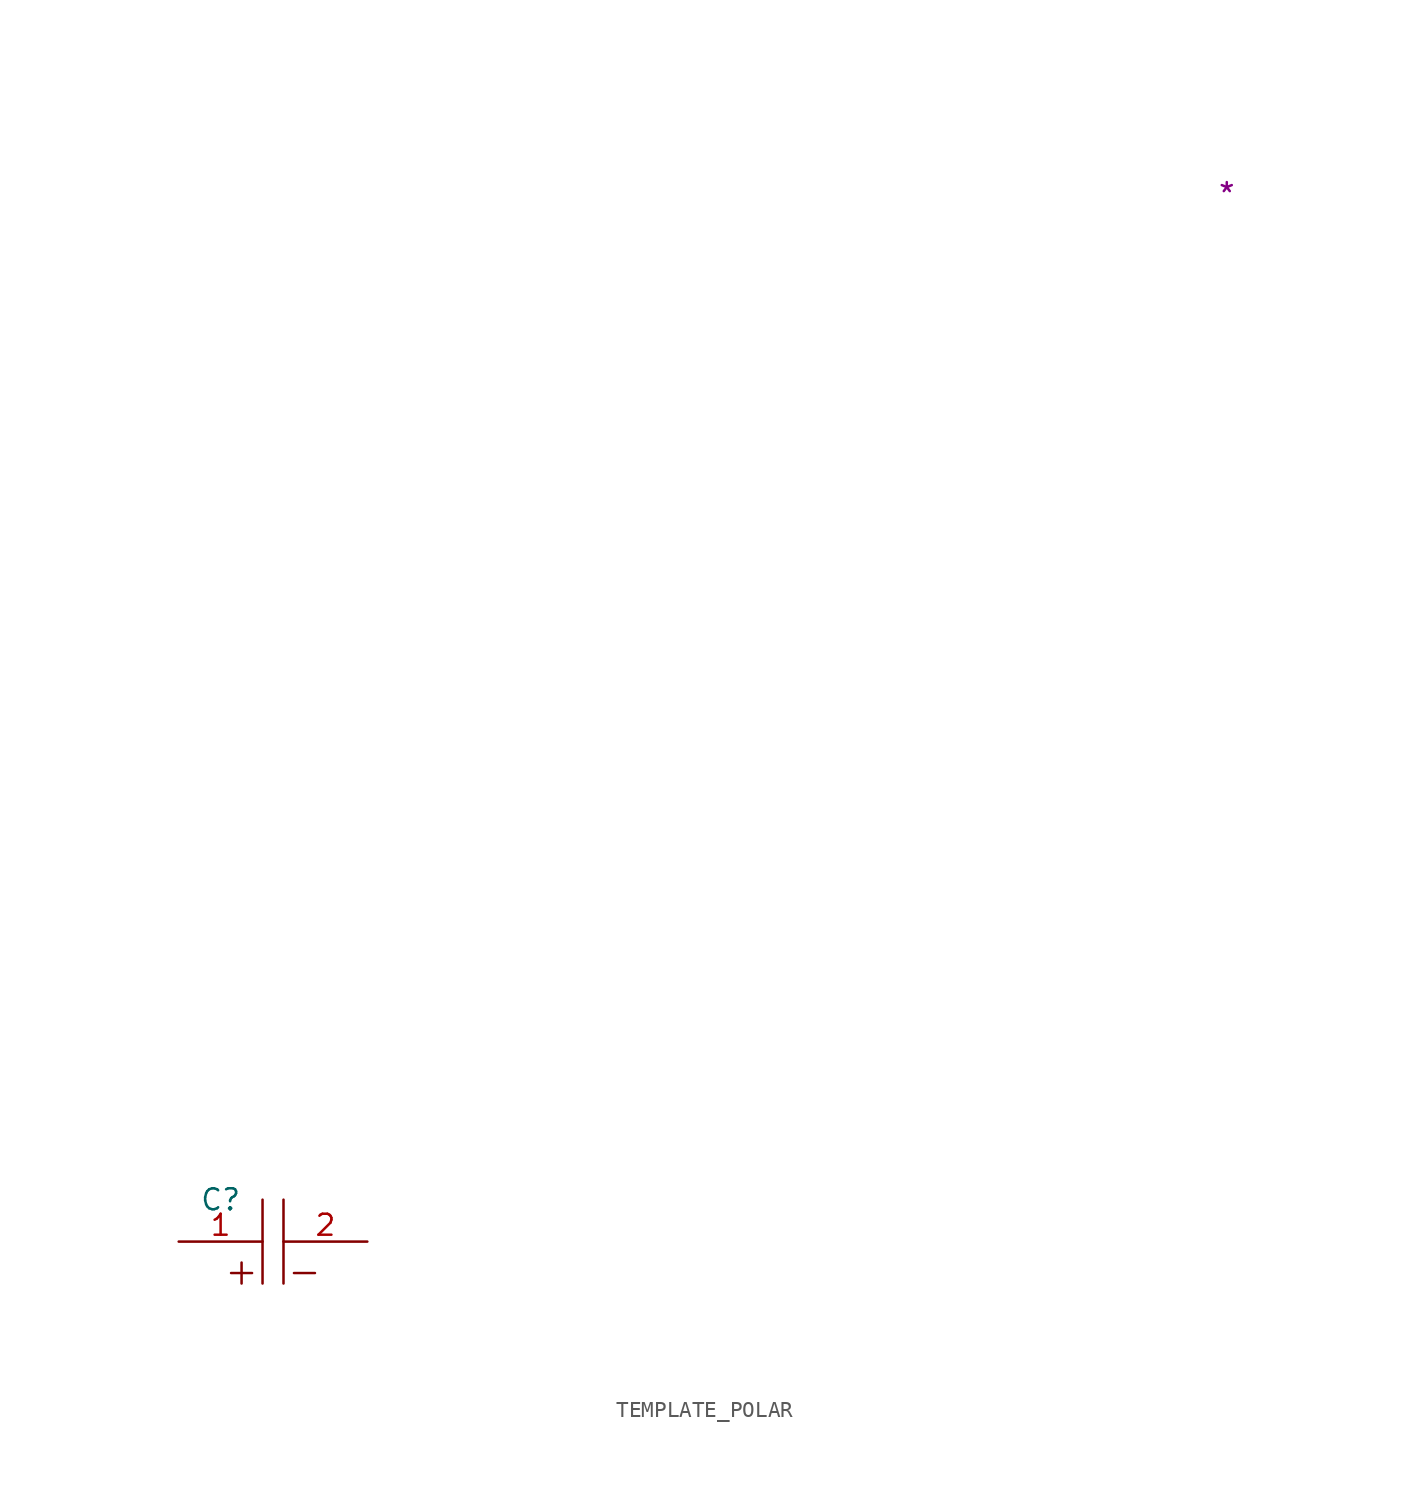
<source format=kicad_sym>
(kicad_symbol_lib
  (version 20241209)
  (generator "kicad_symbol_editor")
  (generator_version "9.0")
  (symbol "TEMPLATE_POLAR"
    (pin_names
      (offset 1.016))
    (property "Reference" "C"
      (at -2.54 2.54 0)
      (effects (font (size 1.27 1.27))))
    (property "_Value_" "*"
      (at 58.42 63.5 0)
      (effects (font (size 1.27 1.27))))
    (symbol "TEMPLATE_POLAR_0_1"
      (polyline (pts (xy -1.27 -1.27) (xy -1.27 -2.54)) (stroke (width 0) (type solid)) (fill (type none)))
      (polyline (pts (xy -0.635 -1.905) (xy -1.905 -1.905)) (stroke (width 0) (type solid)) (fill (type none)))
      (polyline (pts (xy 1.905 -1.905) (xy 3.175 -1.905)) (stroke (width 0) (type solid)) (fill (type none))))
    (symbol "TEMPLATE_POLAR_1_1"
      (polyline (pts (xy 0 2.54) (xy 0 -2.54)) (stroke (width 0) (type solid)) (fill (type none)))
      (polyline (pts (xy 1.27 2.54) (xy 1.27 -2.54)) (stroke (width 0) (type solid)) (fill (type none)))
      (pin input line (at -5.08 0 0) (length 5.08) (name "~" (effects (font (size 1.27 1.27)))) (number "1" (effects (font (size 1.27 1.27)))))
      (pin input line (at 6.35 0 180) (length 5.08) (name "~" (effects (font (size 1.27 1.27)))) (number "2" (effects (font (size 1.27 1.27))))))))
</source>
